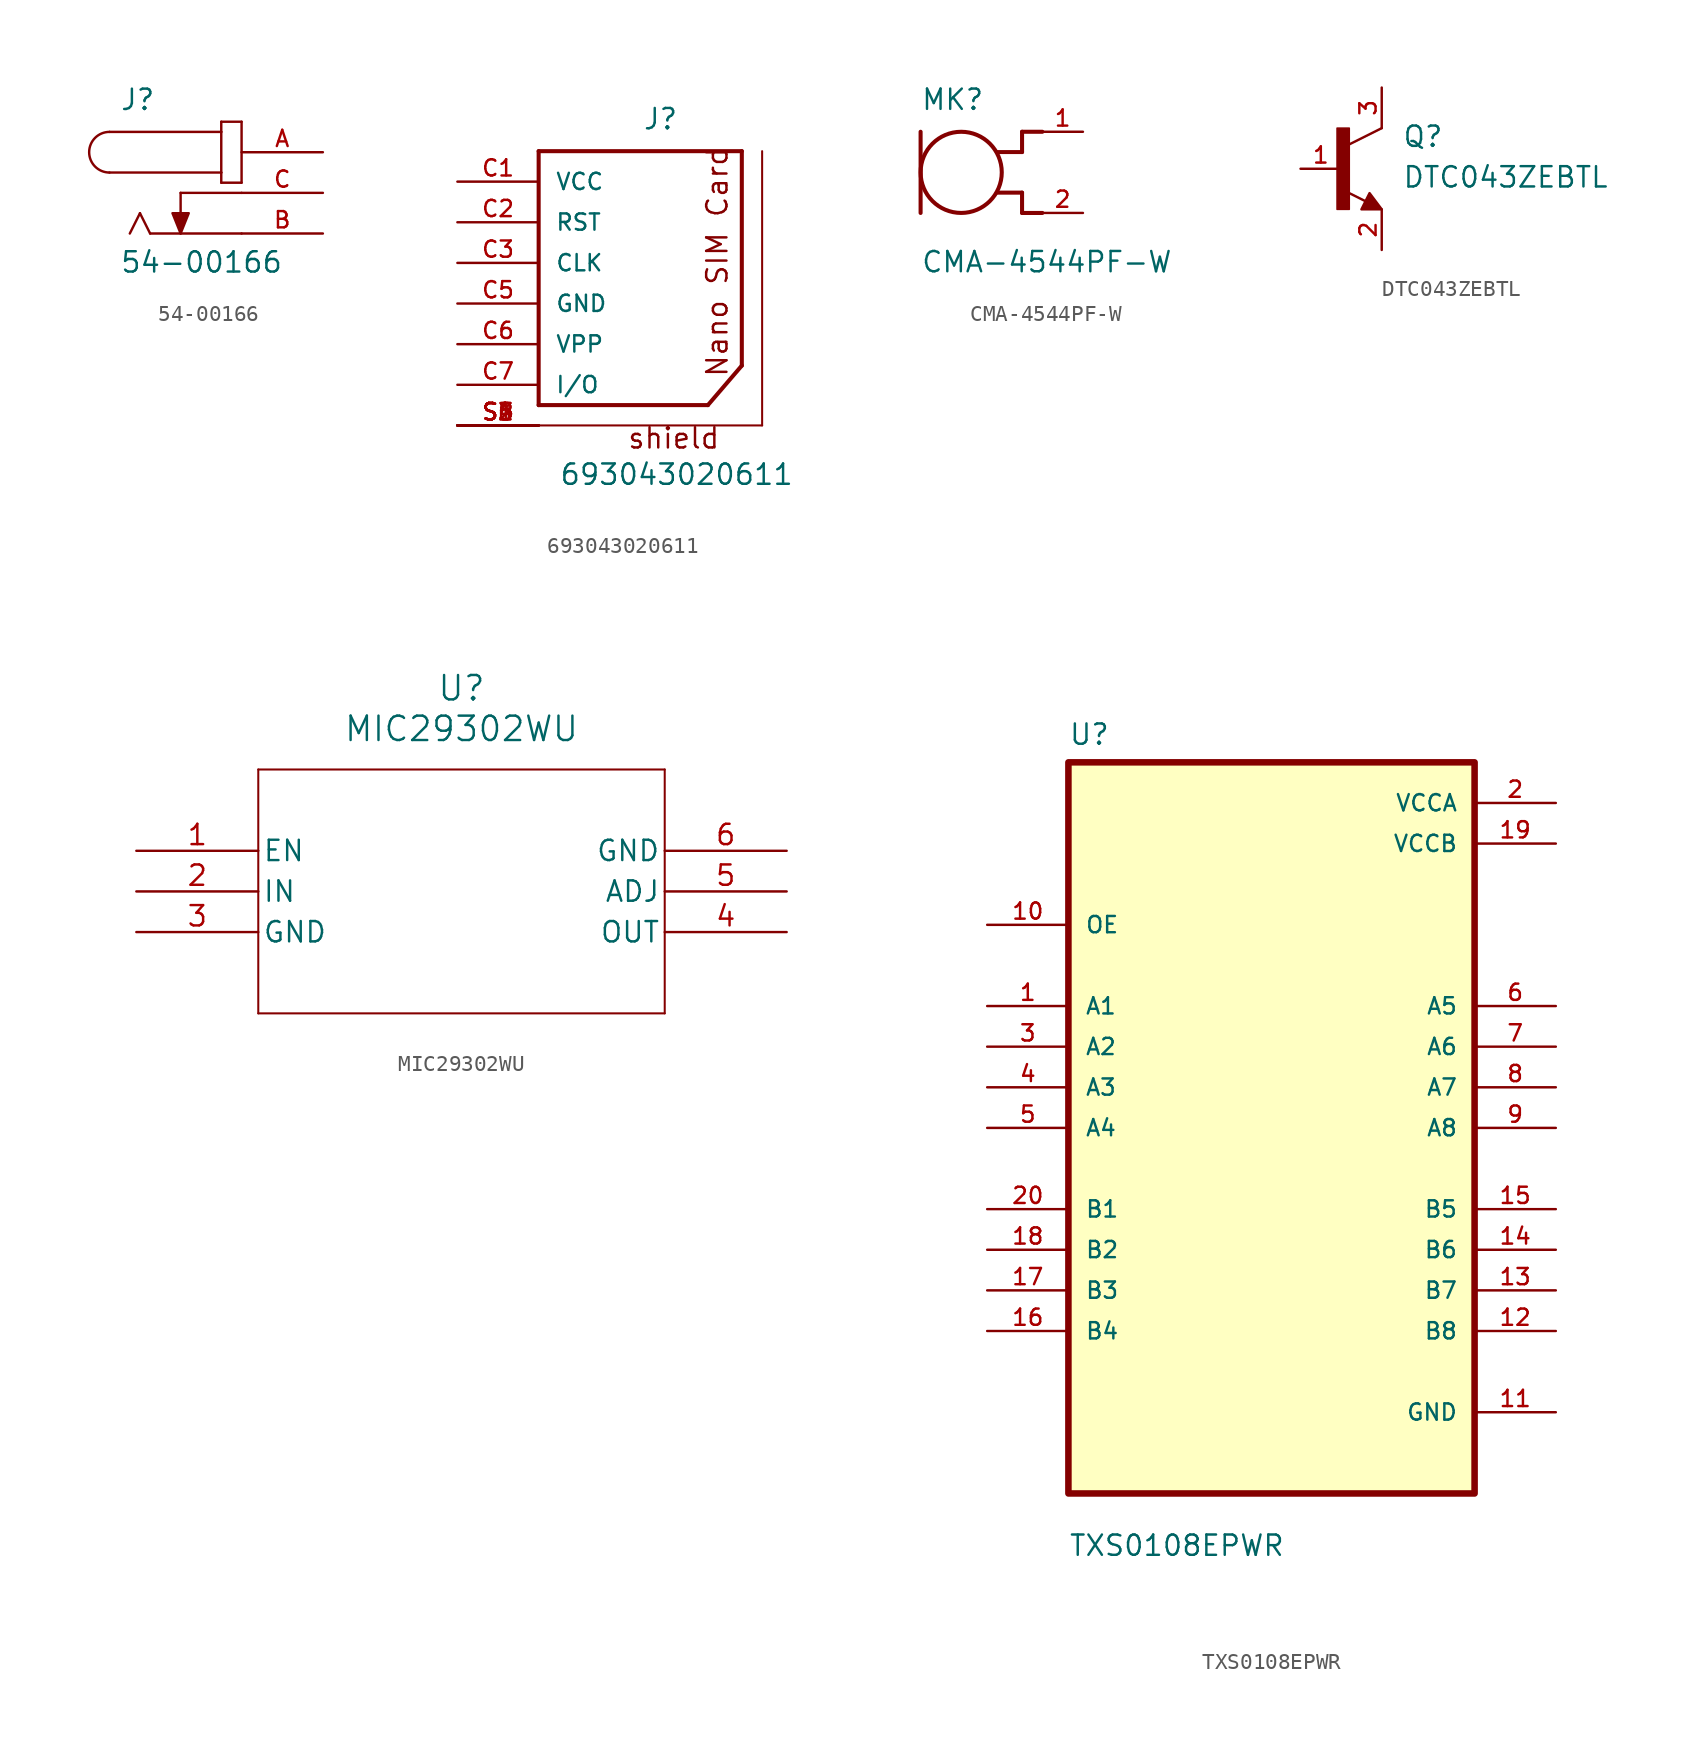
<source format=kicad_sym>
(kicad_symbol_lib
  (version 20231120)
  (generator "kicad_symbol_editor")
  (generator_version "8.0")
  (symbol "54-00166"
    (pin_names
      (offset 1.016))
    (property "Reference" "J"
      (at -7.62 5.08 0)
      (effects (font (size 1.27 1.27)) (justify left bottom)))
    (property "Value" "54-00166"
      (at -7.62 -5.08 0)
      (effects (font (size 1.27 1.27)) (justify left bottom)))
    (symbol "54-00166_0_0"
      (arc (start -8.255 3.81) (mid -9.5194 2.54) (end -8.255 1.27) (stroke (width 0.1524) (type default)) (fill (type none)))
      (polyline (pts (xy -8.255 3.81) (xy -1.27 3.81)) (stroke (width 0.152) (type default)) (fill (type none)))
      (polyline (pts (xy -6.35 -1.27) (xy -6.985 -2.54)) (stroke (width 0.152) (type default)) (fill (type none)))
      (polyline (pts (xy -5.715 -2.54) (xy -6.35 -1.27)) (stroke (width 0.152) (type default)) (fill (type none)))
      (polyline (pts (xy -3.81 0) (xy -3.81 -2.54)) (stroke (width 0.152) (type default)) (fill (type none)))
      (polyline (pts (xy -1.27 0.635) (xy 0 0.635)) (stroke (width 0.152) (type default)) (fill (type none)))
      (polyline (pts (xy -1.27 1.27) (xy -8.255 1.27)) (stroke (width 0.152) (type default)) (fill (type none)))
      (polyline (pts (xy -1.27 1.27) (xy -1.27 0.635)) (stroke (width 0.152) (type default)) (fill (type none)))
      (polyline (pts (xy -1.27 3.81) (xy -1.27 1.27)) (stroke (width 0.152) (type default)) (fill (type none)))
      (polyline (pts (xy -1.27 4.445) (xy -1.27 3.81)) (stroke (width 0.152) (type default)) (fill (type none)))
      (polyline (pts (xy 0 -2.54) (xy -5.715 -2.54)) (stroke (width 0.152) (type default)) (fill (type none)))
      (polyline (pts (xy 0 0) (xy -3.81 0)) (stroke (width 0.152) (type default)) (fill (type none)))
      (polyline (pts (xy 0 0.635) (xy 0 4.445)) (stroke (width 0.152) (type default)) (fill (type none)))
      (polyline (pts (xy 0 4.445) (xy -1.27 4.445)) (stroke (width 0.152) (type default)) (fill (type none)))
      (polyline (pts (xy -3.81 -2.54) (xy -4.318 -1.27) (xy -3.302 -1.27) (xy -3.81 -2.54)) (stroke (width 0.152) (type default)) (fill (type outline)))
      (pin passive line (at 5.08 2.54 180) (length 5.08) (name "~" (effects (font (size 1.016 1.016)))) (number "A" (effects (font (size 1.016 1.016)))))
      (pin passive line (at 5.08 -2.54 180) (length 5.08) (name "~" (effects (font (size 1.016 1.016)))) (number "B" (effects (font (size 1.016 1.016)))))
      (pin passive line (at 5.08 0 180) (length 5.08) (name "~" (effects (font (size 1.016 1.016)))) (number "C" (effects (font (size 1.016 1.016)))))))
  (symbol "693043020611"
    (pin_names
      (offset 1.016))
    (property "Reference" "J"
      (at 0 8.255 0)
      (effects (font (size 1.27 1.27)) (justify bottom)))
    (property "Value" "693043020611"
      (at -6.35 -13.97 0)
      (effects (font (size 1.27 1.27)) (justify left bottom)))
    (symbol "693043020611_0_0"
      (polyline (pts (xy -7.62 -10.16) (xy 6.35 -10.16)) (stroke (width 0.127) (type default)) (fill (type none)))
      (polyline (pts (xy -7.62 -8.89) (xy 2.96 -8.89)) (stroke (width 0.254) (type default)) (fill (type none)))
      (polyline (pts (xy -7.62 6.985) (xy -7.62 -8.89)) (stroke (width 0.254) (type default)) (fill (type none)))
      (polyline (pts (xy 5.08 -6.42) (xy 2.96 -8.89)) (stroke (width 0.254) (type default)) (fill (type none)))
      (polyline (pts (xy 5.08 -6.42) (xy 5.08 6.985)) (stroke (width 0.254) (type default)) (fill (type none)))
      (polyline (pts (xy 5.08 6.985) (xy -7.62 6.985)) (stroke (width 0.254) (type default)) (fill (type none)))
      (polyline (pts (xy 6.35 -10.16) (xy 6.35 6.985)) (stroke (width 0.127) (type default)) (fill (type none)))
      (text "Nano SIM Card" (at 4.283 -7.212 900) (effects (font (size 1.27 1.27)) (justify left bottom)))
      (text "shield" (at -2.12 -11.7 0) (effects (font (size 1.27 1.27)) (justify left bottom)))
      (pin bidirectional line (at -12.7 5.08 0) (length 5.08) (name "VCC" (effects (font (size 1.016 1.016)))) (number "C1" (effects (font (size 1.016 1.016)))))
      (pin bidirectional line (at -12.7 2.54 0) (length 5.08) (name "RST" (effects (font (size 1.016 1.016)))) (number "C2" (effects (font (size 1.016 1.016)))))
      (pin bidirectional line (at -12.7 0 0) (length 5.08) (name "CLK" (effects (font (size 1.016 1.016)))) (number "C3" (effects (font (size 1.016 1.016)))))
      (pin bidirectional line (at -12.7 -2.54 0) (length 5.08) (name "GND" (effects (font (size 1.016 1.016)))) (number "C5" (effects (font (size 1.016 1.016)))))
      (pin bidirectional line (at -12.7 -5.08 0) (length 5.08) (name "VPP" (effects (font (size 1.016 1.016)))) (number "C6" (effects (font (size 1.016 1.016)))))
      (pin bidirectional line (at -12.7 -7.62 0) (length 5.08) (name "I/O" (effects (font (size 1.016 1.016)))) (number "C7" (effects (font (size 1.016 1.016)))))
      (pin bidirectional line (at -12.7 -10.16 0) (length 5.08) (name "~" (effects (font (size 1.016 1.016)))) (number "S1" (effects (font (size 1.016 1.016)))))
      (pin bidirectional line (at -12.7 -10.16 0) (length 5.08) (name "~" (effects (font (size 1.016 1.016)))) (number "S2" (effects (font (size 1.016 1.016)))))
      (pin bidirectional line (at -12.7 -10.16 0) (length 5.08) (name "~" (effects (font (size 1.016 1.016)))) (number "S3" (effects (font (size 1.016 1.016)))))
      (pin bidirectional line (at -12.7 -10.16 0) (length 5.08) (name "~" (effects (font (size 1.016 1.016)))) (number "S4" (effects (font (size 1.016 1.016)))))
      (pin bidirectional line (at -12.7 -10.16 0) (length 5.08) (name "~" (effects (font (size 1.016 1.016)))) (number "S5" (effects (font (size 1.016 1.016)))))
      (pin bidirectional line (at -12.7 -10.16 0) (length 5.08) (name "~" (effects (font (size 1.016 1.016)))) (number "S6" (effects (font (size 1.016 1.016)))))))
  (symbol "CMA-4544PF-W"
    (pin_names
      (offset 1.016))
    (property "Reference" "MK"
      (at -2.541 3.811 0)
      (effects (font (size 1.27 1.27)) (justify left bottom)))
    (property "Value" "CMA-4544PF-W"
      (at -2.541 -6.353 0)
      (effects (font (size 1.27 1.27)) (justify left bottom)))
    (symbol "CMA-4544PF-W_0_0"
      (polyline (pts (xy -2.54 2.54) (xy -2.54 -2.54)) (stroke (width 0.254) (type default)) (fill (type none)))
      (polyline (pts (xy 3.81 -2.54) (xy 3.81 -1.27)) (stroke (width 0.254) (type default)) (fill (type none)))
      (polyline (pts (xy 3.81 -1.27) (xy 2.235 -1.27)) (stroke (width 0.254) (type default)) (fill (type none)))
      (polyline (pts (xy 3.81 1.27) (xy 2.235 1.27)) (stroke (width 0.254) (type default)) (fill (type none)))
      (polyline (pts (xy 3.81 2.54) (xy 3.81 1.27)) (stroke (width 0.254) (type default)) (fill (type none)))
      (polyline (pts (xy 5.08 -2.54) (xy 3.81 -2.54)) (stroke (width 0.254) (type default)) (fill (type none)))
      (polyline (pts (xy 5.08 2.54) (xy 3.81 2.54)) (stroke (width 0.254) (type default)) (fill (type none)))
      (circle (center 0 0) (radius 2.54) (stroke (width 0.254) (type default)) (fill (type none)))
      (pin output line (at 7.62 2.54 180) (length 2.54) (name "~" (effects (font (size 1.016 1.016)))) (number "1" (effects (font (size 1.016 1.016)))))
      (pin power_in line (at 7.62 -2.54 180) (length 2.54) (name "~" (effects (font (size 1.016 1.016)))) (number "2" (effects (font (size 1.016 1.016)))))))
  (symbol "DTC043ZEBTL"
    (pin_names
      (offset 1.016))
    (property "Reference" "Q"
      (at 3.81 1.27 0)
      (effects (font (size 1.27 1.27)) (justify left bottom)))
    (property "Value" "DTC043ZEBTL"
      (at 3.81 -1.27 0)
      (effects (font (size 1.27 1.27)) (justify left bottom)))
    (symbol "DTC043ZEBTL_0_0"
      (rectangle (start -0.254 -2.54) (end 0.508 2.54) (stroke (width 0.1) (type default)) (fill (type outline)))
      (polyline (pts (xy 1.54 -2.04) (xy 0.308 -1.424)) (stroke (width 0.152) (type default)) (fill (type none)))
      (polyline (pts (xy 2.54 2.54) (xy 0.508 1.524)) (stroke (width 0.152) (type default)) (fill (type none)))
      (polyline (pts (xy 1.27 -2.54) (xy 1.778 -1.524) (xy 2.54 -2.54) (xy 1.27 -2.54)) (stroke (width 0.152) (type default)) (fill (type outline)))
      (pin passive line (at -2.54 0 0) (length 2.54) (name "~" (effects (font (size 1.016 1.016)))) (number "1" (effects (font (size 1.016 1.016)))))
      (pin passive line (at 2.54 -5.08 90) (length 2.54) (name "~" (effects (font (size 1.016 1.016)))) (number "2" (effects (font (size 1.016 1.016)))))
      (pin passive line (at 2.54 5.08 270) (length 2.54) (name "~" (effects (font (size 1.016 1.016)))) (number "3" (effects (font (size 1.016 1.016)))))))
  (symbol "MIC29302WU"
    (pin_names
      (offset 0.254))
    (property "Reference" "U"
      (at 20.32 10.16 0)
      (effects (font (size 1.524 1.524))))
    (property "Value" "MIC29302WU"
      (at 20.32 7.62 0)
      (effects (font (size 1.524 1.524))))
    (property "ki_locked" ""
      (at 0 0 0)
      (effects (font (size 1.27 1.27))))
    (symbol "MIC29302WU_0_1"
      (polyline (pts (xy 7.62 -10.16) (xy 33.02 -10.16)) (stroke (width 0.127) (type default)) (fill (type none)))
      (polyline (pts (xy 7.62 5.08) (xy 7.62 -10.16)) (stroke (width 0.127) (type default)) (fill (type none)))
      (polyline (pts (xy 33.02 -10.16) (xy 33.02 5.08)) (stroke (width 0.127) (type default)) (fill (type none)))
      (polyline (pts (xy 33.02 5.08) (xy 7.62 5.08)) (stroke (width 0.127) (type default)) (fill (type none)))
      (pin unspecified line (at 0 0 0) (length 7.62) (name "EN" (effects (font (size 1.27 1.27)))) (number "1" (effects (font (size 1.27 1.27)))))
      (pin input line (at 0 -2.54 0) (length 7.62) (name "IN" (effects (font (size 1.27 1.27)))) (number "2" (effects (font (size 1.27 1.27)))))
      (pin power_in line (at 0 -5.08 0) (length 7.62) (name "GND" (effects (font (size 1.27 1.27)))) (number "3" (effects (font (size 1.27 1.27)))))
      (pin output line (at 40.64 -5.08 180) (length 7.62) (name "OUT" (effects (font (size 1.27 1.27)))) (number "4" (effects (font (size 1.27 1.27)))))
      (pin input line (at 40.64 -2.54 180) (length 7.62) (name "ADJ" (effects (font (size 1.27 1.27)))) (number "5" (effects (font (size 1.27 1.27)))))
      (pin power_out line (at 40.64 0 180) (length 7.62) (name "GND" (effects (font (size 1.27 1.27)))) (number "6" (effects (font (size 1.27 1.27)))))))
  (symbol "TXS0108EPWR"
    (pin_names
      (offset 1.016))
    (property "Reference" "U"
      (at -12.7 23.86 0)
      (effects (font (size 1.27 1.27)) (justify left bottom)))
    (property "Value" "TXS0108EPWR"
      (at -12.7 -26.86 0)
      (effects (font (size 1.27 1.27)) (justify left bottom)))
    (symbol "TXS0108EPWR_0_0"
      (rectangle (start -12.7 -22.86) (end 12.7 22.86) (stroke (width 0.41) (type default)) (fill (type background)))
      (pin bidirectional line (at -17.78 7.62 0) (length 5.08) (name "A1" (effects (font (size 1.016 1.016)))) (number "1" (effects (font (size 1.016 1.016)))))
      (pin input line (at -17.78 12.7 0) (length 5.08) (name "OE" (effects (font (size 1.016 1.016)))) (number "10" (effects (font (size 1.016 1.016)))))
      (pin power_in line (at 17.78 -17.78 180) (length 5.08) (name "GND" (effects (font (size 1.016 1.016)))) (number "11" (effects (font (size 1.016 1.016)))))
      (pin bidirectional line (at 17.78 -12.7 180) (length 5.08) (name "B8" (effects (font (size 1.016 1.016)))) (number "12" (effects (font (size 1.016 1.016)))))
      (pin bidirectional line (at 17.78 -10.16 180) (length 5.08) (name "B7" (effects (font (size 1.016 1.016)))) (number "13" (effects (font (size 1.016 1.016)))))
      (pin bidirectional line (at 17.78 -7.62 180) (length 5.08) (name "B6" (effects (font (size 1.016 1.016)))) (number "14" (effects (font (size 1.016 1.016)))))
      (pin bidirectional line (at 17.78 -5.08 180) (length 5.08) (name "B5" (effects (font (size 1.016 1.016)))) (number "15" (effects (font (size 1.016 1.016)))))
      (pin bidirectional line (at -17.78 -12.7 0) (length 5.08) (name "B4" (effects (font (size 1.016 1.016)))) (number "16" (effects (font (size 1.016 1.016)))))
      (pin bidirectional line (at -17.78 -10.16 0) (length 5.08) (name "B3" (effects (font (size 1.016 1.016)))) (number "17" (effects (font (size 1.016 1.016)))))
      (pin bidirectional line (at -17.78 -7.62 0) (length 5.08) (name "B2" (effects (font (size 1.016 1.016)))) (number "18" (effects (font (size 1.016 1.016)))))
      (pin power_in line (at 17.78 17.78 180) (length 5.08) (name "VCCB" (effects (font (size 1.016 1.016)))) (number "19" (effects (font (size 1.016 1.016)))))
      (pin power_in line (at 17.78 20.32 180) (length 5.08) (name "VCCA" (effects (font (size 1.016 1.016)))) (number "2" (effects (font (size 1.016 1.016)))))
      (pin bidirectional line (at -17.78 -5.08 0) (length 5.08) (name "B1" (effects (font (size 1.016 1.016)))) (number "20" (effects (font (size 1.016 1.016)))))
      (pin bidirectional line (at -17.78 5.08 0) (length 5.08) (name "A2" (effects (font (size 1.016 1.016)))) (number "3" (effects (font (size 1.016 1.016)))))
      (pin bidirectional line (at -17.78 2.54 0) (length 5.08) (name "A3" (effects (font (size 1.016 1.016)))) (number "4" (effects (font (size 1.016 1.016)))))
      (pin bidirectional line (at -17.78 0 0) (length 5.08) (name "A4" (effects (font (size 1.016 1.016)))) (number "5" (effects (font (size 1.016 1.016)))))
      (pin bidirectional line (at 17.78 7.62 180) (length 5.08) (name "A5" (effects (font (size 1.016 1.016)))) (number "6" (effects (font (size 1.016 1.016)))))
      (pin bidirectional line (at 17.78 5.08 180) (length 5.08) (name "A6" (effects (font (size 1.016 1.016)))) (number "7" (effects (font (size 1.016 1.016)))))
      (pin bidirectional line (at 17.78 2.54 180) (length 5.08) (name "A7" (effects (font (size 1.016 1.016)))) (number "8" (effects (font (size 1.016 1.016)))))
      (pin bidirectional line (at 17.78 0 180) (length 5.08) (name "A8" (effects (font (size 1.016 1.016)))) (number "9" (effects (font (size 1.016 1.016))))))))
</source>
